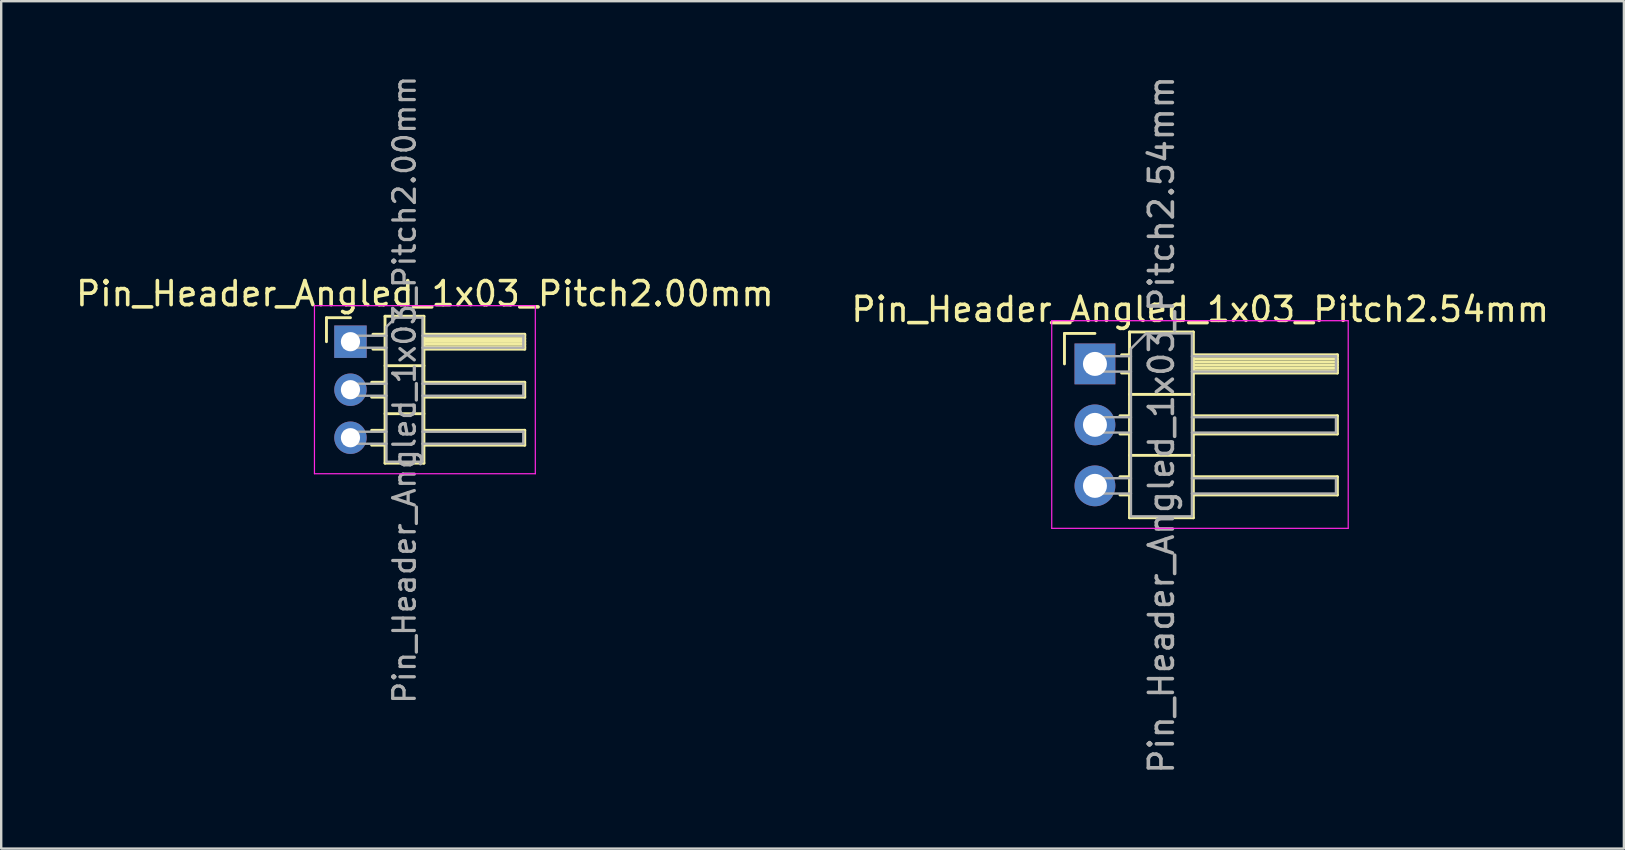
<source format=kicad_pcb>
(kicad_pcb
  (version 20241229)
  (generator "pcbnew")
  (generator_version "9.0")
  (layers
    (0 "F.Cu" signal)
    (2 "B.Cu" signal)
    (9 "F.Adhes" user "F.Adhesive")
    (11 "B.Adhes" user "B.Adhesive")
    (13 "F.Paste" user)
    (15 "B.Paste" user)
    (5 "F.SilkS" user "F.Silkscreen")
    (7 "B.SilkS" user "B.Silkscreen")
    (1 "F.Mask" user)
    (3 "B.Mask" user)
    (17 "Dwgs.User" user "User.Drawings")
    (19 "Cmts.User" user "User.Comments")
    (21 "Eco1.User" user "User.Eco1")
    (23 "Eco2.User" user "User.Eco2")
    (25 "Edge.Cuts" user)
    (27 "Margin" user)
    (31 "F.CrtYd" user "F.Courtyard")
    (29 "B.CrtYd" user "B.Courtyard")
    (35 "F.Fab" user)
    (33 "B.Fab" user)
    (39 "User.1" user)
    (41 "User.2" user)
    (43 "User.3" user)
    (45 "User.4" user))
  (footprint "Pin_Header_Angled_1x03_Pitch2.00mm"
    (layer "F.Cu")
    (at 11.549 11.184)
    (property "Reference" "Pin_Header_Angled_1x03_Pitch2.00mm" (at 3.1 -2 0) (layer "F.SilkS") (effects (font (size 1 1) (thickness 0.15))))
    (attr through_hole)
    (fp_line (start -1 -1) (end 0 -1) (stroke (width 0.12) (type solid)) (layer "F.SilkS"))
    (fp_line (start -1 0) (end -1 -1) (stroke (width 0.12) (type solid)) (layer "F.SilkS"))
    (fp_line (start 0.882 1.69) (end 1.44 1.69) (stroke (width 0.12) (type solid)) (layer "F.SilkS"))
    (fp_line (start 0.882 2.31) (end 1.44 2.31) (stroke (width 0.12) (type solid)) (layer "F.SilkS"))
    (fp_line (start 0.882 3.69) (end 1.44 3.69) (stroke (width 0.12) (type solid)) (layer "F.SilkS"))
    (fp_line (start 0.882 4.31) (end 1.44 4.31) (stroke (width 0.12) (type solid)) (layer "F.SilkS"))
    (fp_line (start 0.935 -0.31) (end 1.44 -0.31) (stroke (width 0.12) (type solid)) (layer "F.SilkS"))
    (fp_line (start 0.935 0.31) (end 1.44 0.31) (stroke (width 0.12) (type solid)) (layer "F.SilkS"))
    (fp_line (start 1.44 -1.06) (end 1.44 5.06) (stroke (width 0.12) (type solid)) (layer "F.SilkS"))
    (fp_line (start 1.44 1) (end 3.06 1) (stroke (width 0.12) (type solid)) (layer "F.SilkS"))
    (fp_line (start 1.44 3) (end 3.06 3) (stroke (width 0.12) (type solid)) (layer "F.SilkS"))
    (fp_line (start 1.44 5.06) (end 3.06 5.06) (stroke (width 0.12) (type solid)) (layer "F.SilkS"))
    (fp_line (start 3.06 -1.06) (end 1.44 -1.06) (stroke (width 0.12) (type solid)) (layer "F.SilkS"))
    (fp_line (start 3.06 -0.31) (end 7.26 -0.31) (stroke (width 0.12) (type solid)) (layer "F.SilkS"))
    (fp_line (start 3.06 -0.25) (end 7.26 -0.25) (stroke (width 0.12) (type solid)) (layer "F.SilkS"))
    (fp_line (start 3.06 -0.13) (end 7.26 -0.13) (stroke (width 0.12) (type solid)) (layer "F.SilkS"))
    (fp_line (start 3.06 -0.01) (end 7.26 -0.01) (stroke (width 0.12) (type solid)) (layer "F.SilkS"))
    (fp_line (start 3.06 0.11) (end 7.26 0.11) (stroke (width 0.12) (type solid)) (layer "F.SilkS"))
    (fp_line (start 3.06 0.23) (end 7.26 0.23) (stroke (width 0.12) (type solid)) (layer "F.SilkS"))
    (fp_line (start 3.06 1.69) (end 7.26 1.69) (stroke (width 0.12) (type solid)) (layer "F.SilkS"))
    (fp_line (start 3.06 3.69) (end 7.26 3.69) (stroke (width 0.12) (type solid)) (layer "F.SilkS"))
    (fp_line (start 3.06 5.06) (end 3.06 -1.06) (stroke (width 0.12) (type solid)) (layer "F.SilkS"))
    (fp_line (start 7.26 -0.31) (end 7.26 0.31) (stroke (width 0.12) (type solid)) (layer "F.SilkS"))
    (fp_line (start 7.26 0.31) (end 3.06 0.31) (stroke (width 0.12) (type solid)) (layer "F.SilkS"))
    (fp_line (start 7.26 1.69) (end 7.26 2.31) (stroke (width 0.12) (type solid)) (layer "F.SilkS"))
    (fp_line (start 7.26 2.31) (end 3.06 2.31) (stroke (width 0.12) (type solid)) (layer "F.SilkS"))
    (fp_line (start 7.26 3.69) (end 7.26 4.31) (stroke (width 0.12) (type solid)) (layer "F.SilkS"))
    (fp_line (start 7.26 4.31) (end 3.06 4.31) (stroke (width 0.12) (type solid)) (layer "F.SilkS"))
    (fp_line (start -1.5 -1.5) (end -1.5 5.5) (stroke (width 0.05) (type solid)) (layer "F.CrtYd"))
    (fp_line (start -1.5 5.5) (end 7.7 5.5) (stroke (width 0.05) (type solid)) (layer "F.CrtYd"))
    (fp_line (start 7.7 -1.5) (end -1.5 -1.5) (stroke (width 0.05) (type solid)) (layer "F.CrtYd"))
    (fp_line (start 7.7 5.5) (end 7.7 -1.5) (stroke (width 0.05) (type solid)) (layer "F.CrtYd"))
    (fp_line (start -0.25 -0.25) (end -0.25 0.25) (stroke (width 0.1) (type solid)) (layer "F.Fab"))
    (fp_line (start -0.25 -0.25) (end 1.5 -0.25) (stroke (width 0.1) (type solid)) (layer "F.Fab"))
    (fp_line (start -0.25 0.25) (end 1.5 0.25) (stroke (width 0.1) (type solid)) (layer "F.Fab"))
    (fp_line (start -0.25 1.75) (end -0.25 2.25) (stroke (width 0.1) (type solid)) (layer "F.Fab"))
    (fp_line (start -0.25 1.75) (end 1.5 1.75) (stroke (width 0.1) (type solid)) (layer "F.Fab"))
    (fp_line (start -0.25 2.25) (end 1.5 2.25) (stroke (width 0.1) (type solid)) (layer "F.Fab"))
    (fp_line (start -0.25 3.75) (end -0.25 4.25) (stroke (width 0.1) (type solid)) (layer "F.Fab"))
    (fp_line (start -0.25 3.75) (end 1.5 3.75) (stroke (width 0.1) (type solid)) (layer "F.Fab"))
    (fp_line (start -0.25 4.25) (end 1.5 4.25) (stroke (width 0.1) (type solid)) (layer "F.Fab"))
    (fp_line (start 1.5 -0.625) (end 1.875 -1) (stroke (width 0.1) (type solid)) (layer "F.Fab"))
    (fp_line (start 1.5 5) (end 1.5 -0.625) (stroke (width 0.1) (type solid)) (layer "F.Fab"))
    (fp_line (start 1.875 -1) (end 3 -1) (stroke (width 0.1) (type solid)) (layer "F.Fab"))
    (fp_line (start 3 -1) (end 3 5) (stroke (width 0.1) (type solid)) (layer "F.Fab"))
    (fp_line (start 3 -0.25) (end 7.2 -0.25) (stroke (width 0.1) (type solid)) (layer "F.Fab"))
    (fp_line (start 3 0.25) (end 7.2 0.25) (stroke (width 0.1) (type solid)) (layer "F.Fab"))
    (fp_line (start 3 1.75) (end 7.2 1.75) (stroke (width 0.1) (type solid)) (layer "F.Fab"))
    (fp_line (start 3 2.25) (end 7.2 2.25) (stroke (width 0.1) (type solid)) (layer "F.Fab"))
    (fp_line (start 3 3.75) (end 7.2 3.75) (stroke (width 0.1) (type solid)) (layer "F.Fab"))
    (fp_line (start 3 4.25) (end 7.2 4.25) (stroke (width 0.1) (type solid)) (layer "F.Fab"))
    (fp_line (start 3 5) (end 1.5 5) (stroke (width 0.1) (type solid)) (layer "F.Fab"))
    (fp_line (start 7.2 -0.25) (end 7.2 0.25) (stroke (width 0.1) (type solid)) (layer "F.Fab"))
    (fp_line (start 7.2 1.75) (end 7.2 2.25) (stroke (width 0.1) (type solid)) (layer "F.Fab"))
    (fp_line (start 7.2 3.75) (end 7.2 4.25) (stroke (width 0.1) (type solid)) (layer "F.Fab"))
    (fp_text user "${REFERENCE}" (at 2.25 2 90) (layer "F.Fab") (effects (font (size 0.9 0.9) (thickness 0.135))))
    (pad "1" thru_hole rect (at 0 0) (size 1.35 1.35) (drill 0.8) (layers "*.Cu" "*.Mask"))
    (pad "2" thru_hole oval (at 0 2) (size 1.35 1.35) (drill 0.8) (layers "*.Cu" "*.Mask"))
    (pad "3" thru_hole oval (at 0 4) (size 1.35 1.35) (drill 0.8) (layers "*.Cu" "*.Mask")))
  (footprint "Pin_Header_Angled_1x03_Pitch2.54mm"
    (layer "F.Cu")
    (at 42.561 12.109)
    (property "Reference" "Pin_Header_Angled_1x03_Pitch2.54mm" (at 4.385 -2.27 0) (layer "F.SilkS") (effects (font (size 1 1) (thickness 0.15))))
    (attr through_hole)
    (fp_line (start -1.27 -1.27) (end 0 -1.27) (stroke (width 0.12) (type solid)) (layer "F.SilkS"))
    (fp_line (start -1.27 0) (end -1.27 -1.27) (stroke (width 0.12) (type solid)) (layer "F.SilkS"))
    (fp_line (start 1.043 2.16) (end 1.44 2.16) (stroke (width 0.12) (type solid)) (layer "F.SilkS"))
    (fp_line (start 1.043 2.92) (end 1.44 2.92) (stroke (width 0.12) (type solid)) (layer "F.SilkS"))
    (fp_line (start 1.043 4.7) (end 1.44 4.7) (stroke (width 0.12) (type solid)) (layer "F.SilkS"))
    (fp_line (start 1.043 5.46) (end 1.44 5.46) (stroke (width 0.12) (type solid)) (layer "F.SilkS"))
    (fp_line (start 1.11 -0.38) (end 1.44 -0.38) (stroke (width 0.12) (type solid)) (layer "F.SilkS"))
    (fp_line (start 1.11 0.38) (end 1.44 0.38) (stroke (width 0.12) (type solid)) (layer "F.SilkS"))
    (fp_line (start 1.44 -1.33) (end 1.44 6.41) (stroke (width 0.12) (type solid)) (layer "F.SilkS"))
    (fp_line (start 1.44 1.27) (end 4.1 1.27) (stroke (width 0.12) (type solid)) (layer "F.SilkS"))
    (fp_line (start 1.44 3.81) (end 4.1 3.81) (stroke (width 0.12) (type solid)) (layer "F.SilkS"))
    (fp_line (start 1.44 6.41) (end 4.1 6.41) (stroke (width 0.12) (type solid)) (layer "F.SilkS"))
    (fp_line (start 4.1 -1.33) (end 1.44 -1.33) (stroke (width 0.12) (type solid)) (layer "F.SilkS"))
    (fp_line (start 4.1 -0.38) (end 10.1 -0.38) (stroke (width 0.12) (type solid)) (layer "F.SilkS"))
    (fp_line (start 4.1 -0.32) (end 10.1 -0.32) (stroke (width 0.12) (type solid)) (layer "F.SilkS"))
    (fp_line (start 4.1 -0.2) (end 10.1 -0.2) (stroke (width 0.12) (type solid)) (layer "F.SilkS"))
    (fp_line (start 4.1 -0.08) (end 10.1 -0.08) (stroke (width 0.12) (type solid)) (layer "F.SilkS"))
    (fp_line (start 4.1 0.04) (end 10.1 0.04) (stroke (width 0.12) (type solid)) (layer "F.SilkS"))
    (fp_line (start 4.1 0.16) (end 10.1 0.16) (stroke (width 0.12) (type solid)) (layer "F.SilkS"))
    (fp_line (start 4.1 0.28) (end 10.1 0.28) (stroke (width 0.12) (type solid)) (layer "F.SilkS"))
    (fp_line (start 4.1 2.16) (end 10.1 2.16) (stroke (width 0.12) (type solid)) (layer "F.SilkS"))
    (fp_line (start 4.1 4.7) (end 10.1 4.7) (stroke (width 0.12) (type solid)) (layer "F.SilkS"))
    (fp_line (start 4.1 6.41) (end 4.1 -1.33) (stroke (width 0.12) (type solid)) (layer "F.SilkS"))
    (fp_line (start 10.1 -0.38) (end 10.1 0.38) (stroke (width 0.12) (type solid)) (layer "F.SilkS"))
    (fp_line (start 10.1 0.38) (end 4.1 0.38) (stroke (width 0.12) (type solid)) (layer "F.SilkS"))
    (fp_line (start 10.1 2.16) (end 10.1 2.92) (stroke (width 0.12) (type solid)) (layer "F.SilkS"))
    (fp_line (start 10.1 2.92) (end 4.1 2.92) (stroke (width 0.12) (type solid)) (layer "F.SilkS"))
    (fp_line (start 10.1 4.7) (end 10.1 5.46) (stroke (width 0.12) (type solid)) (layer "F.SilkS"))
    (fp_line (start 10.1 5.46) (end 4.1 5.46) (stroke (width 0.12) (type solid)) (layer "F.SilkS"))
    (fp_line (start -1.8 -1.8) (end -1.8 6.85) (stroke (width 0.05) (type solid)) (layer "F.CrtYd"))
    (fp_line (start -1.8 6.85) (end 10.55 6.85) (stroke (width 0.05) (type solid)) (layer "F.CrtYd"))
    (fp_line (start 10.55 -1.8) (end -1.8 -1.8) (stroke (width 0.05) (type solid)) (layer "F.CrtYd"))
    (fp_line (start 10.55 6.85) (end 10.55 -1.8) (stroke (width 0.05) (type solid)) (layer "F.CrtYd"))
    (fp_line (start -0.32 -0.32) (end -0.32 0.32) (stroke (width 0.1) (type solid)) (layer "F.Fab"))
    (fp_line (start -0.32 -0.32) (end 1.5 -0.32) (stroke (width 0.1) (type solid)) (layer "F.Fab"))
    (fp_line (start -0.32 0.32) (end 1.5 0.32) (stroke (width 0.1) (type solid)) (layer "F.Fab"))
    (fp_line (start -0.32 2.22) (end -0.32 2.86) (stroke (width 0.1) (type solid)) (layer "F.Fab"))
    (fp_line (start -0.32 2.22) (end 1.5 2.22) (stroke (width 0.1) (type solid)) (layer "F.Fab"))
    (fp_line (start -0.32 2.86) (end 1.5 2.86) (stroke (width 0.1) (type solid)) (layer "F.Fab"))
    (fp_line (start -0.32 4.76) (end -0.32 5.4) (stroke (width 0.1) (type solid)) (layer "F.Fab"))
    (fp_line (start -0.32 4.76) (end 1.5 4.76) (stroke (width 0.1) (type solid)) (layer "F.Fab"))
    (fp_line (start -0.32 5.4) (end 1.5 5.4) (stroke (width 0.1) (type solid)) (layer "F.Fab"))
    (fp_line (start 1.5 -0.635) (end 2.135 -1.27) (stroke (width 0.1) (type solid)) (layer "F.Fab"))
    (fp_line (start 1.5 6.35) (end 1.5 -0.635) (stroke (width 0.1) (type solid)) (layer "F.Fab"))
    (fp_line (start 2.135 -1.27) (end 4.04 -1.27) (stroke (width 0.1) (type solid)) (layer "F.Fab"))
    (fp_line (start 4.04 -1.27) (end 4.04 6.35) (stroke (width 0.1) (type solid)) (layer "F.Fab"))
    (fp_line (start 4.04 -0.32) (end 10.04 -0.32) (stroke (width 0.1) (type solid)) (layer "F.Fab"))
    (fp_line (start 4.04 0.32) (end 10.04 0.32) (stroke (width 0.1) (type solid)) (layer "F.Fab"))
    (fp_line (start 4.04 2.22) (end 10.04 2.22) (stroke (width 0.1) (type solid)) (layer "F.Fab"))
    (fp_line (start 4.04 2.86) (end 10.04 2.86) (stroke (width 0.1) (type solid)) (layer "F.Fab"))
    (fp_line (start 4.04 4.76) (end 10.04 4.76) (stroke (width 0.1) (type solid)) (layer "F.Fab"))
    (fp_line (start 4.04 5.4) (end 10.04 5.4) (stroke (width 0.1) (type solid)) (layer "F.Fab"))
    (fp_line (start 4.04 6.35) (end 1.5 6.35) (stroke (width 0.1) (type solid)) (layer "F.Fab"))
    (fp_line (start 10.04 -0.32) (end 10.04 0.32) (stroke (width 0.1) (type solid)) (layer "F.Fab"))
    (fp_line (start 10.04 2.22) (end 10.04 2.86) (stroke (width 0.1) (type solid)) (layer "F.Fab"))
    (fp_line (start 10.04 4.76) (end 10.04 5.4) (stroke (width 0.1) (type solid)) (layer "F.Fab"))
    (fp_text user "${REFERENCE}" (at 2.77 2.54 90) (layer "F.Fab") (effects (font (size 1 1) (thickness 0.15))))
    (pad "1" thru_hole rect (at 0 0) (size 1.7 1.7) (drill 1) (layers "*.Cu" "*.Mask"))
    (pad "2" thru_hole oval (at 0 2.54) (size 1.7 1.7) (drill 1) (layers "*.Cu" "*.Mask"))
    (pad "3" thru_hole oval (at 0 5.08) (size 1.7 1.7) (drill 1) (layers "*.Cu" "*.Mask")))
  (gr_rect
    (start -3 -3)
    (end 64.595 32.298)
    (stroke (width 0.1) (type default))
    (fill no)
    (layer "Edge.Cuts")))
</source>
